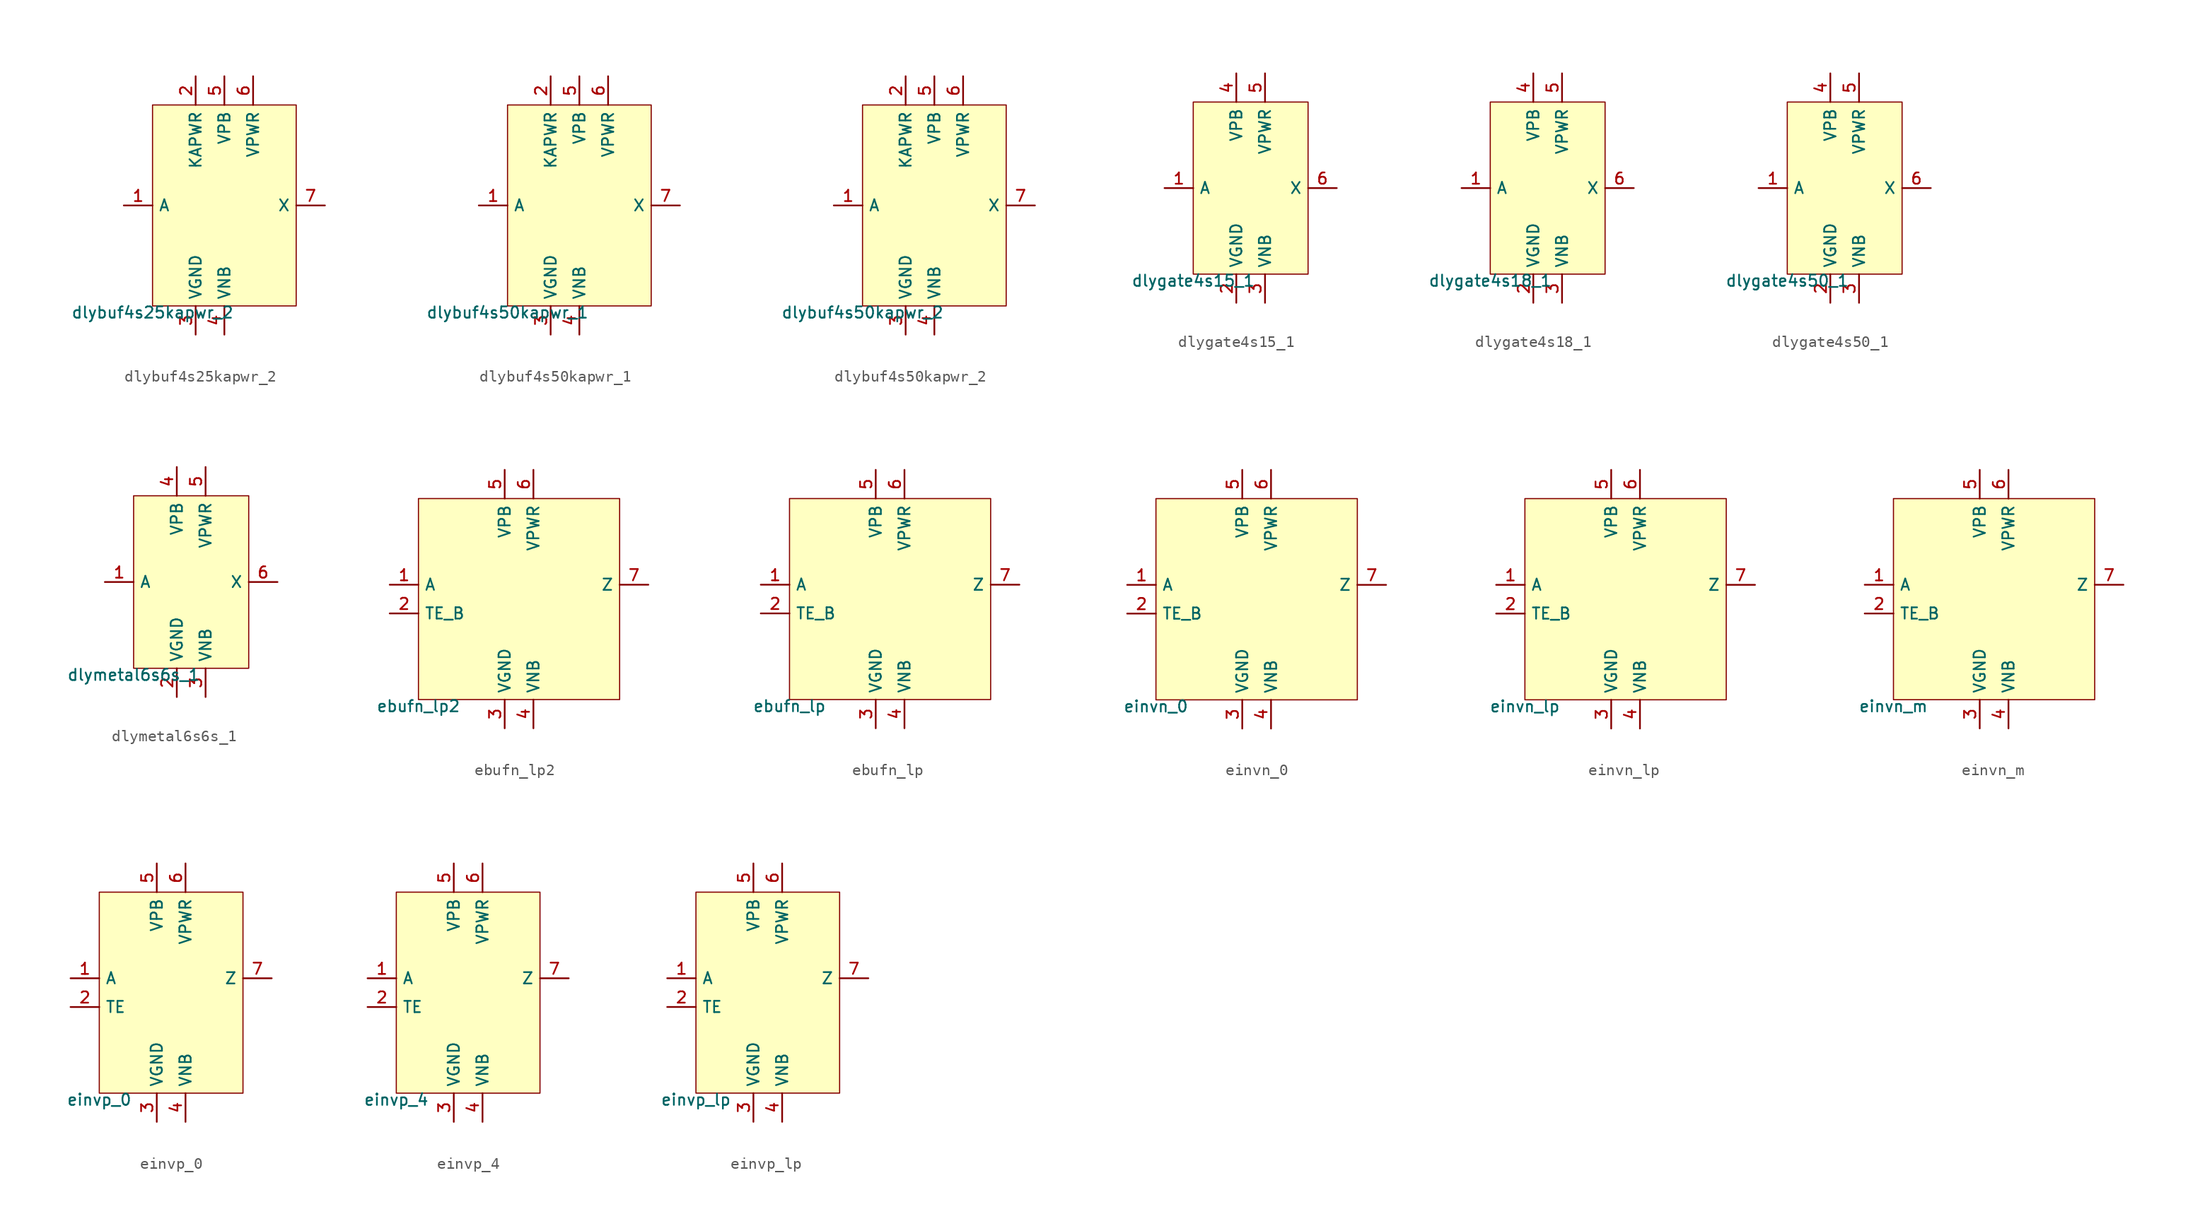
<source format=kicad_sym>
(kicad_symbol_lib
  (version 20211014)
  (generator pdk2kicad)
  (symbol "dlybuf4s25kapwr_2"
    (property "Reference" "X"
      (at 0 0 0)
      (effects (font (size 1 1)) hide))
    (property "Value" "dlybuf4s25kapwr_2"
      (at -6.35 -8.89 0)
      (effects (font (size 1 1)) (justify top)))
    (rectangle
      (start -6.35 -8.89)
      (end 6.35 8.89)
      (stroke (width 0.1) (type solid) (color 0 0 0 0))
      (fill (type background)))
    (pin input line
      (at -8.89 8.881784197001252e-16 0)
      (length 2.54)
      (name "A" (effects (font (size 1 1)) hide))
      (number "1" (effects (font (size 1 1)) hide)))
    (pin power_in line
      (at -2.54 11.43 270)
      (length 2.54)
      (name "KAPWR" (effects (font (size 1 1)) hide))
      (number "2" (effects (font (size 1 1)) hide)))
    (pin power_in line
      (at -2.54 -11.43 90)
      (length 2.54)
      (name "VGND" (effects (font (size 1 1)) hide))
      (number "3" (effects (font (size 1 1)) hide)))
    (pin power_in line
      (at 4.440892098500626e-16 -11.43 90)
      (length 2.54)
      (name "VNB" (effects (font (size 1 1)) hide))
      (number "4" (effects (font (size 1 1)) hide)))
    (pin power_in line
      (at 4.440892098500626e-16 11.43 270)
      (length 2.54)
      (name "VPB" (effects (font (size 1 1)) hide))
      (number "5" (effects (font (size 1 1)) hide)))
    (pin power_in line
      (at 2.54 11.43 270)
      (length 2.54)
      (name "VPWR" (effects (font (size 1 1)) hide))
      (number "6" (effects (font (size 1 1)) hide)))
    (pin output line
      (at 8.89 8.881784197001252e-16 180)
      (length 2.54)
      (name "X" (effects (font (size 1 1)) hide))
      (number "7" (effects (font (size 1 1)) hide))))
  (symbol "dlybuf4s50kapwr_1"
    (property "Reference" "X"
      (at 0 0 0)
      (effects (font (size 1 1)) hide))
    (property "Value" "dlybuf4s50kapwr_1"
      (at -6.35 -8.89 0)
      (effects (font (size 1 1)) (justify top)))
    (rectangle
      (start -6.35 -8.89)
      (end 6.35 8.89)
      (stroke (width 0.1) (type solid) (color 0 0 0 0))
      (fill (type background)))
    (pin input line
      (at -8.89 8.881784197001252e-16 0)
      (length 2.54)
      (name "A" (effects (font (size 1 1)) hide))
      (number "1" (effects (font (size 1 1)) hide)))
    (pin power_in line
      (at -2.54 11.43 270)
      (length 2.54)
      (name "KAPWR" (effects (font (size 1 1)) hide))
      (number "2" (effects (font (size 1 1)) hide)))
    (pin power_in line
      (at -2.54 -11.43 90)
      (length 2.54)
      (name "VGND" (effects (font (size 1 1)) hide))
      (number "3" (effects (font (size 1 1)) hide)))
    (pin power_in line
      (at 4.440892098500626e-16 -11.43 90)
      (length 2.54)
      (name "VNB" (effects (font (size 1 1)) hide))
      (number "4" (effects (font (size 1 1)) hide)))
    (pin power_in line
      (at 4.440892098500626e-16 11.43 270)
      (length 2.54)
      (name "VPB" (effects (font (size 1 1)) hide))
      (number "5" (effects (font (size 1 1)) hide)))
    (pin power_in line
      (at 2.54 11.43 270)
      (length 2.54)
      (name "VPWR" (effects (font (size 1 1)) hide))
      (number "6" (effects (font (size 1 1)) hide)))
    (pin output line
      (at 8.89 8.881784197001252e-16 180)
      (length 2.54)
      (name "X" (effects (font (size 1 1)) hide))
      (number "7" (effects (font (size 1 1)) hide))))
  (symbol "dlybuf4s50kapwr_2"
    (property "Reference" "X"
      (at 0 0 0)
      (effects (font (size 1 1)) hide))
    (property "Value" "dlybuf4s50kapwr_2"
      (at -6.35 -8.89 0)
      (effects (font (size 1 1)) (justify top)))
    (rectangle
      (start -6.35 -8.89)
      (end 6.35 8.89)
      (stroke (width 0.1) (type solid) (color 0 0 0 0))
      (fill (type background)))
    (pin input line
      (at -8.89 8.881784197001252e-16 0)
      (length 2.54)
      (name "A" (effects (font (size 1 1)) hide))
      (number "1" (effects (font (size 1 1)) hide)))
    (pin power_in line
      (at -2.54 11.43 270)
      (length 2.54)
      (name "KAPWR" (effects (font (size 1 1)) hide))
      (number "2" (effects (font (size 1 1)) hide)))
    (pin power_in line
      (at -2.54 -11.43 90)
      (length 2.54)
      (name "VGND" (effects (font (size 1 1)) hide))
      (number "3" (effects (font (size 1 1)) hide)))
    (pin power_in line
      (at 4.440892098500626e-16 -11.43 90)
      (length 2.54)
      (name "VNB" (effects (font (size 1 1)) hide))
      (number "4" (effects (font (size 1 1)) hide)))
    (pin power_in line
      (at 4.440892098500626e-16 11.43 270)
      (length 2.54)
      (name "VPB" (effects (font (size 1 1)) hide))
      (number "5" (effects (font (size 1 1)) hide)))
    (pin power_in line
      (at 2.54 11.43 270)
      (length 2.54)
      (name "VPWR" (effects (font (size 1 1)) hide))
      (number "6" (effects (font (size 1 1)) hide)))
    (pin output line
      (at 8.89 8.881784197001252e-16 180)
      (length 2.54)
      (name "X" (effects (font (size 1 1)) hide))
      (number "7" (effects (font (size 1 1)) hide))))
  (symbol "dlygate4s15_1"
    (property "Reference" "X"
      (at 0 0 0)
      (effects (font (size 1 1)) hide))
    (property "Value" "dlygate4s15_1"
      (at -5.08 -7.62 0)
      (effects (font (size 1 1)) (justify top)))
    (rectangle
      (start -5.08 -7.62)
      (end 5.08 7.62)
      (stroke (width 0.1) (type solid) (color 0 0 0 0))
      (fill (type background)))
    (pin input line
      (at -7.62 0.0 0)
      (length 2.54)
      (name "A" (effects (font (size 1 1)) hide))
      (number "1" (effects (font (size 1 1)) hide)))
    (pin power_in line
      (at -1.27 -10.16 90)
      (length 2.54)
      (name "VGND" (effects (font (size 1 1)) hide))
      (number "2" (effects (font (size 1 1)) hide)))
    (pin power_in line
      (at 1.27 -10.16 90)
      (length 2.54)
      (name "VNB" (effects (font (size 1 1)) hide))
      (number "3" (effects (font (size 1 1)) hide)))
    (pin power_in line
      (at -1.27 10.16 270)
      (length 2.54)
      (name "VPB" (effects (font (size 1 1)) hide))
      (number "4" (effects (font (size 1 1)) hide)))
    (pin power_in line
      (at 1.27 10.16 270)
      (length 2.54)
      (name "VPWR" (effects (font (size 1 1)) hide))
      (number "5" (effects (font (size 1 1)) hide)))
    (pin output line
      (at 7.62 0.0 180)
      (length 2.54)
      (name "X" (effects (font (size 1 1)) hide))
      (number "6" (effects (font (size 1 1)) hide))))
  (symbol "dlygate4s18_1"
    (property "Reference" "X"
      (at 0 0 0)
      (effects (font (size 1 1)) hide))
    (property "Value" "dlygate4s18_1"
      (at -5.08 -7.62 0)
      (effects (font (size 1 1)) (justify top)))
    (rectangle
      (start -5.08 -7.62)
      (end 5.08 7.62)
      (stroke (width 0.1) (type solid) (color 0 0 0 0))
      (fill (type background)))
    (pin input line
      (at -7.62 0.0 0)
      (length 2.54)
      (name "A" (effects (font (size 1 1)) hide))
      (number "1" (effects (font (size 1 1)) hide)))
    (pin power_in line
      (at -1.27 -10.16 90)
      (length 2.54)
      (name "VGND" (effects (font (size 1 1)) hide))
      (number "2" (effects (font (size 1 1)) hide)))
    (pin power_in line
      (at 1.27 -10.16 90)
      (length 2.54)
      (name "VNB" (effects (font (size 1 1)) hide))
      (number "3" (effects (font (size 1 1)) hide)))
    (pin power_in line
      (at -1.27 10.16 270)
      (length 2.54)
      (name "VPB" (effects (font (size 1 1)) hide))
      (number "4" (effects (font (size 1 1)) hide)))
    (pin power_in line
      (at 1.27 10.16 270)
      (length 2.54)
      (name "VPWR" (effects (font (size 1 1)) hide))
      (number "5" (effects (font (size 1 1)) hide)))
    (pin output line
      (at 7.62 0.0 180)
      (length 2.54)
      (name "X" (effects (font (size 1 1)) hide))
      (number "6" (effects (font (size 1 1)) hide))))
  (symbol "dlygate4s50_1"
    (property "Reference" "X"
      (at 0 0 0)
      (effects (font (size 1 1)) hide))
    (property "Value" "dlygate4s50_1"
      (at -5.08 -7.62 0)
      (effects (font (size 1 1)) (justify top)))
    (rectangle
      (start -5.08 -7.62)
      (end 5.08 7.62)
      (stroke (width 0.1) (type solid) (color 0 0 0 0))
      (fill (type background)))
    (pin input line
      (at -7.62 0.0 0)
      (length 2.54)
      (name "A" (effects (font (size 1 1)) hide))
      (number "1" (effects (font (size 1 1)) hide)))
    (pin power_in line
      (at -1.27 -10.16 90)
      (length 2.54)
      (name "VGND" (effects (font (size 1 1)) hide))
      (number "2" (effects (font (size 1 1)) hide)))
    (pin power_in line
      (at 1.27 -10.16 90)
      (length 2.54)
      (name "VNB" (effects (font (size 1 1)) hide))
      (number "3" (effects (font (size 1 1)) hide)))
    (pin power_in line
      (at -1.27 10.16 270)
      (length 2.54)
      (name "VPB" (effects (font (size 1 1)) hide))
      (number "4" (effects (font (size 1 1)) hide)))
    (pin power_in line
      (at 1.27 10.16 270)
      (length 2.54)
      (name "VPWR" (effects (font (size 1 1)) hide))
      (number "5" (effects (font (size 1 1)) hide)))
    (pin output line
      (at 7.62 0.0 180)
      (length 2.54)
      (name "X" (effects (font (size 1 1)) hide))
      (number "6" (effects (font (size 1 1)) hide))))
  (symbol "dlymetal6s6s_1"
    (property "Reference" "X"
      (at 0 0 0)
      (effects (font (size 1 1)) hide))
    (property "Value" "dlymetal6s6s_1"
      (at -5.08 -7.62 0)
      (effects (font (size 1 1)) (justify top)))
    (rectangle
      (start -5.08 -7.62)
      (end 5.08 7.62)
      (stroke (width 0.1) (type solid) (color 0 0 0 0))
      (fill (type background)))
    (pin input line
      (at -7.62 0.0 0)
      (length 2.54)
      (name "A" (effects (font (size 1 1)) hide))
      (number "1" (effects (font (size 1 1)) hide)))
    (pin power_in line
      (at -1.27 -10.16 90)
      (length 2.54)
      (name "VGND" (effects (font (size 1 1)) hide))
      (number "2" (effects (font (size 1 1)) hide)))
    (pin power_in line
      (at 1.27 -10.16 90)
      (length 2.54)
      (name "VNB" (effects (font (size 1 1)) hide))
      (number "3" (effects (font (size 1 1)) hide)))
    (pin power_in line
      (at -1.27 10.16 270)
      (length 2.54)
      (name "VPB" (effects (font (size 1 1)) hide))
      (number "4" (effects (font (size 1 1)) hide)))
    (pin power_in line
      (at 1.27 10.16 270)
      (length 2.54)
      (name "VPWR" (effects (font (size 1 1)) hide))
      (number "5" (effects (font (size 1 1)) hide)))
    (pin output line
      (at 7.62 0.0 180)
      (length 2.54)
      (name "X" (effects (font (size 1 1)) hide))
      (number "6" (effects (font (size 1 1)) hide))))
  (symbol "ebufn_lp2"
    (property "Reference" "X"
      (at 0 0 0)
      (effects (font (size 1 1)) hide))
    (property "Value" "ebufn_lp2"
      (at -8.89 -8.89 0)
      (effects (font (size 1 1)) (justify top)))
    (rectangle
      (start -8.89 -8.89)
      (end 8.89 8.89)
      (stroke (width 0.1) (type solid) (color 0 0 0 0))
      (fill (type background)))
    (pin input line
      (at -11.43 1.27 0)
      (length 2.54)
      (name "A" (effects (font (size 1 1)) hide))
      (number "1" (effects (font (size 1 1)) hide)))
    (pin input line
      (at -11.43 -1.27 0)
      (length 2.54)
      (name "TE_B" (effects (font (size 1 1)) hide))
      (number "2" (effects (font (size 1 1)) hide)))
    (pin power_in line
      (at -1.27 -11.43 90)
      (length 2.54)
      (name "VGND" (effects (font (size 1 1)) hide))
      (number "3" (effects (font (size 1 1)) hide)))
    (pin power_in line
      (at 1.27 -11.43 90)
      (length 2.54)
      (name "VNB" (effects (font (size 1 1)) hide))
      (number "4" (effects (font (size 1 1)) hide)))
    (pin power_in line
      (at -1.27 11.43 270)
      (length 2.54)
      (name "VPB" (effects (font (size 1 1)) hide))
      (number "5" (effects (font (size 1 1)) hide)))
    (pin power_in line
      (at 1.27 11.43 270)
      (length 2.54)
      (name "VPWR" (effects (font (size 1 1)) hide))
      (number "6" (effects (font (size 1 1)) hide)))
    (pin output line
      (at 11.43 1.27 180)
      (length 2.54)
      (name "Z" (effects (font (size 1 1)) hide))
      (number "7" (effects (font (size 1 1)) hide))))
  (symbol "ebufn_lp"
    (property "Reference" "X"
      (at 0 0 0)
      (effects (font (size 1 1)) hide))
    (property "Value" "ebufn_lp"
      (at -8.89 -8.89 0)
      (effects (font (size 1 1)) (justify top)))
    (rectangle
      (start -8.89 -8.89)
      (end 8.89 8.89)
      (stroke (width 0.1) (type solid) (color 0 0 0 0))
      (fill (type background)))
    (pin input line
      (at -11.43 1.27 0)
      (length 2.54)
      (name "A" (effects (font (size 1 1)) hide))
      (number "1" (effects (font (size 1 1)) hide)))
    (pin input line
      (at -11.43 -1.27 0)
      (length 2.54)
      (name "TE_B" (effects (font (size 1 1)) hide))
      (number "2" (effects (font (size 1 1)) hide)))
    (pin power_in line
      (at -1.27 -11.43 90)
      (length 2.54)
      (name "VGND" (effects (font (size 1 1)) hide))
      (number "3" (effects (font (size 1 1)) hide)))
    (pin power_in line
      (at 1.27 -11.43 90)
      (length 2.54)
      (name "VNB" (effects (font (size 1 1)) hide))
      (number "4" (effects (font (size 1 1)) hide)))
    (pin power_in line
      (at -1.27 11.43 270)
      (length 2.54)
      (name "VPB" (effects (font (size 1 1)) hide))
      (number "5" (effects (font (size 1 1)) hide)))
    (pin power_in line
      (at 1.27 11.43 270)
      (length 2.54)
      (name "VPWR" (effects (font (size 1 1)) hide))
      (number "6" (effects (font (size 1 1)) hide)))
    (pin output line
      (at 11.43 1.27 180)
      (length 2.54)
      (name "Z" (effects (font (size 1 1)) hide))
      (number "7" (effects (font (size 1 1)) hide))))
  (symbol "einvn_0"
    (property "Reference" "X"
      (at 0 0 0)
      (effects (font (size 1 1)) hide))
    (property "Value" "einvn_0"
      (at -8.89 -8.89 0)
      (effects (font (size 1 1)) (justify top)))
    (rectangle
      (start -8.89 -8.89)
      (end 8.89 8.89)
      (stroke (width 0.1) (type solid) (color 0 0 0 0))
      (fill (type background)))
    (pin input line
      (at -11.43 1.27 0)
      (length 2.54)
      (name "A" (effects (font (size 1 1)) hide))
      (number "1" (effects (font (size 1 1)) hide)))
    (pin input line
      (at -11.43 -1.27 0)
      (length 2.54)
      (name "TE_B" (effects (font (size 1 1)) hide))
      (number "2" (effects (font (size 1 1)) hide)))
    (pin power_in line
      (at -1.27 -11.43 90)
      (length 2.54)
      (name "VGND" (effects (font (size 1 1)) hide))
      (number "3" (effects (font (size 1 1)) hide)))
    (pin power_in line
      (at 1.27 -11.43 90)
      (length 2.54)
      (name "VNB" (effects (font (size 1 1)) hide))
      (number "4" (effects (font (size 1 1)) hide)))
    (pin power_in line
      (at -1.27 11.43 270)
      (length 2.54)
      (name "VPB" (effects (font (size 1 1)) hide))
      (number "5" (effects (font (size 1 1)) hide)))
    (pin power_in line
      (at 1.27 11.43 270)
      (length 2.54)
      (name "VPWR" (effects (font (size 1 1)) hide))
      (number "6" (effects (font (size 1 1)) hide)))
    (pin output line
      (at 11.43 1.27 180)
      (length 2.54)
      (name "Z" (effects (font (size 1 1)) hide))
      (number "7" (effects (font (size 1 1)) hide))))
  (symbol "einvn_lp"
    (property "Reference" "X"
      (at 0 0 0)
      (effects (font (size 1 1)) hide))
    (property "Value" "einvn_lp"
      (at -8.89 -8.89 0)
      (effects (font (size 1 1)) (justify top)))
    (rectangle
      (start -8.89 -8.89)
      (end 8.89 8.89)
      (stroke (width 0.1) (type solid) (color 0 0 0 0))
      (fill (type background)))
    (pin input line
      (at -11.43 1.27 0)
      (length 2.54)
      (name "A" (effects (font (size 1 1)) hide))
      (number "1" (effects (font (size 1 1)) hide)))
    (pin input line
      (at -11.43 -1.27 0)
      (length 2.54)
      (name "TE_B" (effects (font (size 1 1)) hide))
      (number "2" (effects (font (size 1 1)) hide)))
    (pin power_in line
      (at -1.27 -11.43 90)
      (length 2.54)
      (name "VGND" (effects (font (size 1 1)) hide))
      (number "3" (effects (font (size 1 1)) hide)))
    (pin power_in line
      (at 1.27 -11.43 90)
      (length 2.54)
      (name "VNB" (effects (font (size 1 1)) hide))
      (number "4" (effects (font (size 1 1)) hide)))
    (pin power_in line
      (at -1.27 11.43 270)
      (length 2.54)
      (name "VPB" (effects (font (size 1 1)) hide))
      (number "5" (effects (font (size 1 1)) hide)))
    (pin power_in line
      (at 1.27 11.43 270)
      (length 2.54)
      (name "VPWR" (effects (font (size 1 1)) hide))
      (number "6" (effects (font (size 1 1)) hide)))
    (pin output line
      (at 11.43 1.27 180)
      (length 2.54)
      (name "Z" (effects (font (size 1 1)) hide))
      (number "7" (effects (font (size 1 1)) hide))))
  (symbol "einvn_m"
    (property "Reference" "X"
      (at 0 0 0)
      (effects (font (size 1 1)) hide))
    (property "Value" "einvn_m"
      (at -8.89 -8.89 0)
      (effects (font (size 1 1)) (justify top)))
    (rectangle
      (start -8.89 -8.89)
      (end 8.89 8.89)
      (stroke (width 0.1) (type solid) (color 0 0 0 0))
      (fill (type background)))
    (pin input line
      (at -11.43 1.27 0)
      (length 2.54)
      (name "A" (effects (font (size 1 1)) hide))
      (number "1" (effects (font (size 1 1)) hide)))
    (pin input line
      (at -11.43 -1.27 0)
      (length 2.54)
      (name "TE_B" (effects (font (size 1 1)) hide))
      (number "2" (effects (font (size 1 1)) hide)))
    (pin power_in line
      (at -1.27 -11.43 90)
      (length 2.54)
      (name "VGND" (effects (font (size 1 1)) hide))
      (number "3" (effects (font (size 1 1)) hide)))
    (pin power_in line
      (at 1.27 -11.43 90)
      (length 2.54)
      (name "VNB" (effects (font (size 1 1)) hide))
      (number "4" (effects (font (size 1 1)) hide)))
    (pin power_in line
      (at -1.27 11.43 270)
      (length 2.54)
      (name "VPB" (effects (font (size 1 1)) hide))
      (number "5" (effects (font (size 1 1)) hide)))
    (pin power_in line
      (at 1.27 11.43 270)
      (length 2.54)
      (name "VPWR" (effects (font (size 1 1)) hide))
      (number "6" (effects (font (size 1 1)) hide)))
    (pin output line
      (at 11.43 1.27 180)
      (length 2.54)
      (name "Z" (effects (font (size 1 1)) hide))
      (number "7" (effects (font (size 1 1)) hide))))
  (symbol "einvp_0"
    (property "Reference" "X"
      (at 0 0 0)
      (effects (font (size 1 1)) hide))
    (property "Value" "einvp_0"
      (at -6.35 -8.89 0)
      (effects (font (size 1 1)) (justify top)))
    (rectangle
      (start -6.35 -8.89)
      (end 6.35 8.89)
      (stroke (width 0.1) (type solid) (color 0 0 0 0))
      (fill (type background)))
    (pin input line
      (at -8.89 1.27 0)
      (length 2.54)
      (name "A" (effects (font (size 1 1)) hide))
      (number "1" (effects (font (size 1 1)) hide)))
    (pin input line
      (at -8.89 -1.27 0)
      (length 2.54)
      (name "TE" (effects (font (size 1 1)) hide))
      (number "2" (effects (font (size 1 1)) hide)))
    (pin power_in line
      (at -1.27 -11.43 90)
      (length 2.54)
      (name "VGND" (effects (font (size 1 1)) hide))
      (number "3" (effects (font (size 1 1)) hide)))
    (pin power_in line
      (at 1.27 -11.43 90)
      (length 2.54)
      (name "VNB" (effects (font (size 1 1)) hide))
      (number "4" (effects (font (size 1 1)) hide)))
    (pin power_in line
      (at -1.27 11.43 270)
      (length 2.54)
      (name "VPB" (effects (font (size 1 1)) hide))
      (number "5" (effects (font (size 1 1)) hide)))
    (pin power_in line
      (at 1.27 11.43 270)
      (length 2.54)
      (name "VPWR" (effects (font (size 1 1)) hide))
      (number "6" (effects (font (size 1 1)) hide)))
    (pin output line
      (at 8.89 1.27 180)
      (length 2.54)
      (name "Z" (effects (font (size 1 1)) hide))
      (number "7" (effects (font (size 1 1)) hide))))
  (symbol "einvp_4"
    (property "Reference" "X"
      (at 0 0 0)
      (effects (font (size 1 1)) hide))
    (property "Value" "einvp_4"
      (at -6.35 -8.89 0)
      (effects (font (size 1 1)) (justify top)))
    (rectangle
      (start -6.35 -8.89)
      (end 6.35 8.89)
      (stroke (width 0.1) (type solid) (color 0 0 0 0))
      (fill (type background)))
    (pin input line
      (at -8.89 1.27 0)
      (length 2.54)
      (name "A" (effects (font (size 1 1)) hide))
      (number "1" (effects (font (size 1 1)) hide)))
    (pin input line
      (at -8.89 -1.27 0)
      (length 2.54)
      (name "TE" (effects (font (size 1 1)) hide))
      (number "2" (effects (font (size 1 1)) hide)))
    (pin power_in line
      (at -1.27 -11.43 90)
      (length 2.54)
      (name "VGND" (effects (font (size 1 1)) hide))
      (number "3" (effects (font (size 1 1)) hide)))
    (pin power_in line
      (at 1.27 -11.43 90)
      (length 2.54)
      (name "VNB" (effects (font (size 1 1)) hide))
      (number "4" (effects (font (size 1 1)) hide)))
    (pin power_in line
      (at -1.27 11.43 270)
      (length 2.54)
      (name "VPB" (effects (font (size 1 1)) hide))
      (number "5" (effects (font (size 1 1)) hide)))
    (pin power_in line
      (at 1.27 11.43 270)
      (length 2.54)
      (name "VPWR" (effects (font (size 1 1)) hide))
      (number "6" (effects (font (size 1 1)) hide)))
    (pin output line
      (at 8.89 1.27 180)
      (length 2.54)
      (name "Z" (effects (font (size 1 1)) hide))
      (number "7" (effects (font (size 1 1)) hide))))
  (symbol "einvp_lp"
    (property "Reference" "X"
      (at 0 0 0)
      (effects (font (size 1 1)) hide))
    (property "Value" "einvp_lp"
      (at -6.35 -8.89 0)
      (effects (font (size 1 1)) (justify top)))
    (rectangle
      (start -6.35 -8.89)
      (end 6.35 8.89)
      (stroke (width 0.1) (type solid) (color 0 0 0 0))
      (fill (type background)))
    (pin input line
      (at -8.89 1.27 0)
      (length 2.54)
      (name "A" (effects (font (size 1 1)) hide))
      (number "1" (effects (font (size 1 1)) hide)))
    (pin input line
      (at -8.89 -1.27 0)
      (length 2.54)
      (name "TE" (effects (font (size 1 1)) hide))
      (number "2" (effects (font (size 1 1)) hide)))
    (pin power_in line
      (at -1.27 -11.43 90)
      (length 2.54)
      (name "VGND" (effects (font (size 1 1)) hide))
      (number "3" (effects (font (size 1 1)) hide)))
    (pin power_in line
      (at 1.27 -11.43 90)
      (length 2.54)
      (name "VNB" (effects (font (size 1 1)) hide))
      (number "4" (effects (font (size 1 1)) hide)))
    (pin power_in line
      (at -1.27 11.43 270)
      (length 2.54)
      (name "VPB" (effects (font (size 1 1)) hide))
      (number "5" (effects (font (size 1 1)) hide)))
    (pin power_in line
      (at 1.27 11.43 270)
      (length 2.54)
      (name "VPWR" (effects (font (size 1 1)) hide))
      (number "6" (effects (font (size 1 1)) hide)))
    (pin output line
      (at 8.89 1.27 180)
      (length 2.54)
      (name "Z" (effects (font (size 1 1)) hide))
      (number "7" (effects (font (size 1 1)) hide)))))
</source>
